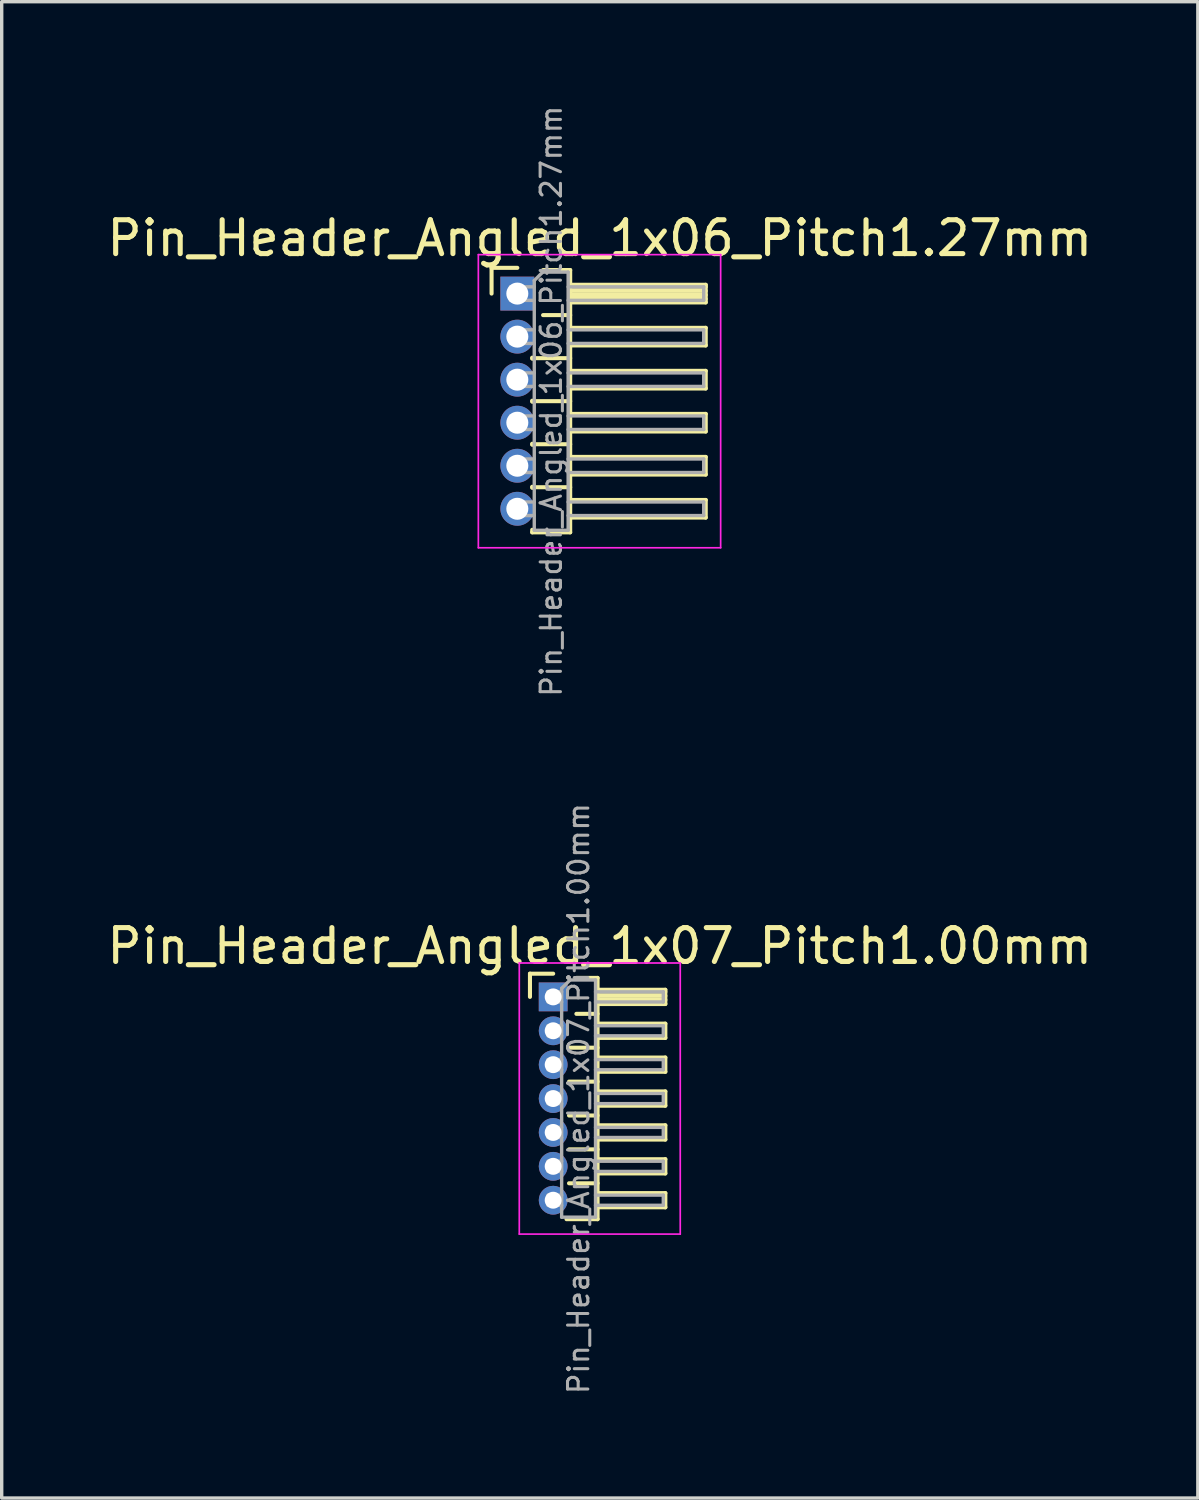
<source format=kicad_pcb>
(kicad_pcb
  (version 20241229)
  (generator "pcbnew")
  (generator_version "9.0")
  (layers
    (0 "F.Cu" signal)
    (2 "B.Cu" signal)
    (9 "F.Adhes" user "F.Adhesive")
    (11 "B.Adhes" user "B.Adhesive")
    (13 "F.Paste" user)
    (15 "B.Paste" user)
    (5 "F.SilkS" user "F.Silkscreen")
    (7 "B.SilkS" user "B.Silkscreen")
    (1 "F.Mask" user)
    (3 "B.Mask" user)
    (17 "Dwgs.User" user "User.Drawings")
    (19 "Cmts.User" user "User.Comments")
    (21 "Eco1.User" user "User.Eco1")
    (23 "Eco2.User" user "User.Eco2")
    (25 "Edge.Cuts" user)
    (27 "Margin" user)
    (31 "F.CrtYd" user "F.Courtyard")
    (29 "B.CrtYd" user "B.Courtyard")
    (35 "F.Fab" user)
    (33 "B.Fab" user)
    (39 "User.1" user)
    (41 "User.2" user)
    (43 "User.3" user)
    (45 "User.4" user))
  (footprint "Pin_Header_Angled_1x07_Pitch1.00mm"
    (layer "F.Cu")
    (at 13.274 26.368)
    (property "Reference" "Pin_Header_Angled_1x07_Pitch1.00mm" (at 1.375 -1.5 0) (layer "F.SilkS") (effects (font (size 1 1) (thickness 0.15))))
    (attr through_hole)
    (fp_line (start -0.685 -0.685) (end 0 -0.685) (stroke (width 0.12) (type solid)) (layer "F.SilkS"))
    (fp_line (start -0.685 0) (end -0.685 -0.685) (stroke (width 0.12) (type solid)) (layer "F.SilkS"))
    (fp_line (start 0.468 1.5) (end 1.31 1.5) (stroke (width 0.12) (type solid)) (layer "F.SilkS"))
    (fp_line (start 0.468 2.5) (end 1.31 2.5) (stroke (width 0.12) (type solid)) (layer "F.SilkS"))
    (fp_line (start 0.468 3.5) (end 1.31 3.5) (stroke (width 0.12) (type solid)) (layer "F.SilkS"))
    (fp_line (start 0.468 4.5) (end 1.31 4.5) (stroke (width 0.12) (type solid)) (layer "F.SilkS"))
    (fp_line (start 0.468 5.5) (end 1.31 5.5) (stroke (width 0.12) (type solid)) (layer "F.SilkS"))
    (fp_line (start 0.685 -0.56) (end 1.31 -0.56) (stroke (width 0.12) (type solid)) (layer "F.SilkS"))
    (fp_line (start 0.685 0.5) (end 1.31 0.5) (stroke (width 0.12) (type solid)) (layer "F.SilkS"))
    (fp_line (start 1.31 -0.56) (end 1.31 6.56) (stroke (width 0.12) (type solid)) (layer "F.SilkS"))
    (fp_line (start 1.31 -0.21) (end 3.31 -0.21) (stroke (width 0.12) (type solid)) (layer "F.SilkS"))
    (fp_line (start 1.31 -0.15) (end 3.31 -0.15) (stroke (width 0.12) (type solid)) (layer "F.SilkS"))
    (fp_line (start 1.31 -0.03) (end 3.31 -0.03) (stroke (width 0.12) (type solid)) (layer "F.SilkS"))
    (fp_line (start 1.31 0.09) (end 3.31 0.09) (stroke (width 0.12) (type solid)) (layer "F.SilkS"))
    (fp_line (start 1.31 0.79) (end 3.31 0.79) (stroke (width 0.12) (type solid)) (layer "F.SilkS"))
    (fp_line (start 1.31 1.79) (end 3.31 1.79) (stroke (width 0.12) (type solid)) (layer "F.SilkS"))
    (fp_line (start 1.31 2.79) (end 3.31 2.79) (stroke (width 0.12) (type solid)) (layer "F.SilkS"))
    (fp_line (start 1.31 3.79) (end 3.31 3.79) (stroke (width 0.12) (type solid)) (layer "F.SilkS"))
    (fp_line (start 1.31 4.79) (end 3.31 4.79) (stroke (width 0.12) (type solid)) (layer "F.SilkS"))
    (fp_line (start 1.31 5.79) (end 3.31 5.79) (stroke (width 0.12) (type solid)) (layer "F.SilkS"))
    (fp_line (start 1.31 6.56) (end 0.394 6.56) (stroke (width 0.12) (type solid)) (layer "F.SilkS"))
    (fp_line (start 3.31 -0.21) (end 3.31 0.21) (stroke (width 0.12) (type solid)) (layer "F.SilkS"))
    (fp_line (start 3.31 0.21) (end 1.31 0.21) (stroke (width 0.12) (type solid)) (layer "F.SilkS"))
    (fp_line (start 3.31 0.79) (end 3.31 1.21) (stroke (width 0.12) (type solid)) (layer "F.SilkS"))
    (fp_line (start 3.31 1.21) (end 1.31 1.21) (stroke (width 0.12) (type solid)) (layer "F.SilkS"))
    (fp_line (start 3.31 1.79) (end 3.31 2.21) (stroke (width 0.12) (type solid)) (layer "F.SilkS"))
    (fp_line (start 3.31 2.21) (end 1.31 2.21) (stroke (width 0.12) (type solid)) (layer "F.SilkS"))
    (fp_line (start 3.31 2.79) (end 3.31 3.21) (stroke (width 0.12) (type solid)) (layer "F.SilkS"))
    (fp_line (start 3.31 3.21) (end 1.31 3.21) (stroke (width 0.12) (type solid)) (layer "F.SilkS"))
    (fp_line (start 3.31 3.79) (end 3.31 4.21) (stroke (width 0.12) (type solid)) (layer "F.SilkS"))
    (fp_line (start 3.31 4.21) (end 1.31 4.21) (stroke (width 0.12) (type solid)) (layer "F.SilkS"))
    (fp_line (start 3.31 4.79) (end 3.31 5.21) (stroke (width 0.12) (type solid)) (layer "F.SilkS"))
    (fp_line (start 3.31 5.21) (end 1.31 5.21) (stroke (width 0.12) (type solid)) (layer "F.SilkS"))
    (fp_line (start 3.31 5.79) (end 3.31 6.21) (stroke (width 0.12) (type solid)) (layer "F.SilkS"))
    (fp_line (start 3.31 6.21) (end 1.31 6.21) (stroke (width 0.12) (type solid)) (layer "F.SilkS"))
    (fp_line (start -1 -1) (end -1 7) (stroke (width 0.05) (type solid)) (layer "F.CrtYd"))
    (fp_line (start -1 7) (end 3.75 7) (stroke (width 0.05) (type solid)) (layer "F.CrtYd"))
    (fp_line (start 3.75 -1) (end -1 -1) (stroke (width 0.05) (type solid)) (layer "F.CrtYd"))
    (fp_line (start 3.75 7) (end 3.75 -1) (stroke (width 0.05) (type solid)) (layer "F.CrtYd"))
    (fp_line (start -0.15 -0.15) (end -0.15 0.15) (stroke (width 0.1) (type solid)) (layer "F.Fab"))
    (fp_line (start -0.15 -0.15) (end 0.25 -0.15) (stroke (width 0.1) (type solid)) (layer "F.Fab"))
    (fp_line (start -0.15 0.15) (end 0.25 0.15) (stroke (width 0.1) (type solid)) (layer "F.Fab"))
    (fp_line (start -0.15 0.85) (end -0.15 1.15) (stroke (width 0.1) (type solid)) (layer "F.Fab"))
    (fp_line (start -0.15 0.85) (end 0.25 0.85) (stroke (width 0.1) (type solid)) (layer "F.Fab"))
    (fp_line (start -0.15 1.15) (end 0.25 1.15) (stroke (width 0.1) (type solid)) (layer "F.Fab"))
    (fp_line (start -0.15 1.85) (end -0.15 2.15) (stroke (width 0.1) (type solid)) (layer "F.Fab"))
    (fp_line (start -0.15 1.85) (end 0.25 1.85) (stroke (width 0.1) (type solid)) (layer "F.Fab"))
    (fp_line (start -0.15 2.15) (end 0.25 2.15) (stroke (width 0.1) (type solid)) (layer "F.Fab"))
    (fp_line (start -0.15 2.85) (end -0.15 3.15) (stroke (width 0.1) (type solid)) (layer "F.Fab"))
    (fp_line (start -0.15 2.85) (end 0.25 2.85) (stroke (width 0.1) (type solid)) (layer "F.Fab"))
    (fp_line (start -0.15 3.15) (end 0.25 3.15) (stroke (width 0.1) (type solid)) (layer "F.Fab"))
    (fp_line (start -0.15 3.85) (end -0.15 4.15) (stroke (width 0.1) (type solid)) (layer "F.Fab"))
    (fp_line (start -0.15 3.85) (end 0.25 3.85) (stroke (width 0.1) (type solid)) (layer "F.Fab"))
    (fp_line (start -0.15 4.15) (end 0.25 4.15) (stroke (width 0.1) (type solid)) (layer "F.Fab"))
    (fp_line (start -0.15 4.85) (end -0.15 5.15) (stroke (width 0.1) (type solid)) (layer "F.Fab"))
    (fp_line (start -0.15 4.85) (end 0.25 4.85) (stroke (width 0.1) (type solid)) (layer "F.Fab"))
    (fp_line (start -0.15 5.15) (end 0.25 5.15) (stroke (width 0.1) (type solid)) (layer "F.Fab"))
    (fp_line (start -0.15 5.85) (end -0.15 6.15) (stroke (width 0.1) (type solid)) (layer "F.Fab"))
    (fp_line (start -0.15 5.85) (end 0.25 5.85) (stroke (width 0.1) (type solid)) (layer "F.Fab"))
    (fp_line (start -0.15 6.15) (end 0.25 6.15) (stroke (width 0.1) (type solid)) (layer "F.Fab"))
    (fp_line (start 0.25 -0.25) (end 0.5 -0.5) (stroke (width 0.1) (type solid)) (layer "F.Fab"))
    (fp_line (start 0.25 6.5) (end 0.25 -0.25) (stroke (width 0.1) (type solid)) (layer "F.Fab"))
    (fp_line (start 0.5 -0.5) (end 1.25 -0.5) (stroke (width 0.1) (type solid)) (layer "F.Fab"))
    (fp_line (start 1.25 -0.5) (end 1.25 6.5) (stroke (width 0.1) (type solid)) (layer "F.Fab"))
    (fp_line (start 1.25 -0.15) (end 3.25 -0.15) (stroke (width 0.1) (type solid)) (layer "F.Fab"))
    (fp_line (start 1.25 0.15) (end 3.25 0.15) (stroke (width 0.1) (type solid)) (layer "F.Fab"))
    (fp_line (start 1.25 0.85) (end 3.25 0.85) (stroke (width 0.1) (type solid)) (layer "F.Fab"))
    (fp_line (start 1.25 1.15) (end 3.25 1.15) (stroke (width 0.1) (type solid)) (layer "F.Fab"))
    (fp_line (start 1.25 1.85) (end 3.25 1.85) (stroke (width 0.1) (type solid)) (layer "F.Fab"))
    (fp_line (start 1.25 2.15) (end 3.25 2.15) (stroke (width 0.1) (type solid)) (layer "F.Fab"))
    (fp_line (start 1.25 2.85) (end 3.25 2.85) (stroke (width 0.1) (type solid)) (layer "F.Fab"))
    (fp_line (start 1.25 3.15) (end 3.25 3.15) (stroke (width 0.1) (type solid)) (layer "F.Fab"))
    (fp_line (start 1.25 3.85) (end 3.25 3.85) (stroke (width 0.1) (type solid)) (layer "F.Fab"))
    (fp_line (start 1.25 4.15) (end 3.25 4.15) (stroke (width 0.1) (type solid)) (layer "F.Fab"))
    (fp_line (start 1.25 4.85) (end 3.25 4.85) (stroke (width 0.1) (type solid)) (layer "F.Fab"))
    (fp_line (start 1.25 5.15) (end 3.25 5.15) (stroke (width 0.1) (type solid)) (layer "F.Fab"))
    (fp_line (start 1.25 5.85) (end 3.25 5.85) (stroke (width 0.1) (type solid)) (layer "F.Fab"))
    (fp_line (start 1.25 6.15) (end 3.25 6.15) (stroke (width 0.1) (type solid)) (layer "F.Fab"))
    (fp_line (start 1.25 6.5) (end 0.25 6.5) (stroke (width 0.1) (type solid)) (layer "F.Fab"))
    (fp_line (start 3.25 -0.15) (end 3.25 0.15) (stroke (width 0.1) (type solid)) (layer "F.Fab"))
    (fp_line (start 3.25 0.85) (end 3.25 1.15) (stroke (width 0.1) (type solid)) (layer "F.Fab"))
    (fp_line (start 3.25 1.85) (end 3.25 2.15) (stroke (width 0.1) (type solid)) (layer "F.Fab"))
    (fp_line (start 3.25 2.85) (end 3.25 3.15) (stroke (width 0.1) (type solid)) (layer "F.Fab"))
    (fp_line (start 3.25 3.85) (end 3.25 4.15) (stroke (width 0.1) (type solid)) (layer "F.Fab"))
    (fp_line (start 3.25 4.85) (end 3.25 5.15) (stroke (width 0.1) (type solid)) (layer "F.Fab"))
    (fp_line (start 3.25 5.85) (end 3.25 6.15) (stroke (width 0.1) (type solid)) (layer "F.Fab"))
    (fp_text user "${REFERENCE}" (at 0.75 3 90) (layer "F.Fab") (effects (font (size 0.6 0.6) (thickness 0.09))))
    (pad "1" thru_hole rect (at 0 0) (size 0.85 0.85) (drill 0.5) (layers "*.Cu" "*.Mask"))
    (pad "2" thru_hole oval (at 0 1) (size 0.85 0.85) (drill 0.5) (layers "*.Cu" "*.Mask"))
    (pad "3" thru_hole oval (at 0 2) (size 0.85 0.85) (drill 0.5) (layers "*.Cu" "*.Mask"))
    (pad "4" thru_hole oval (at 0 3) (size 0.85 0.85) (drill 0.5) (layers "*.Cu" "*.Mask"))
    (pad "5" thru_hole oval (at 0 4) (size 0.85 0.85) (drill 0.5) (layers "*.Cu" "*.Mask"))
    (pad "6" thru_hole oval (at 0 5) (size 0.85 0.85) (drill 0.5) (layers "*.Cu" "*.Mask"))
    (pad "7" thru_hole oval (at 0 6) (size 0.85 0.85) (drill 0.5) (layers "*.Cu" "*.Mask")))
  (footprint "Pin_Header_Angled_1x06_Pitch1.27mm"
    (layer "F.Cu")
    (at 12.216 5.614)
    (property "Reference" "Pin_Header_Angled_1x06_Pitch1.27mm" (at 2.433 -1.635 0) (layer "F.SilkS") (effects (font (size 1 1) (thickness 0.15))))
    (attr through_hole)
    (fp_line (start -0.76 -0.76) (end 0 -0.76) (stroke (width 0.12) (type solid)) (layer "F.SilkS"))
    (fp_line (start -0.76 0) (end -0.76 -0.76) (stroke (width 0.12) (type solid)) (layer "F.SilkS"))
    (fp_line (start 0.44 1.89) (end 0.44 1.92) (stroke (width 0.12) (type solid)) (layer "F.SilkS"))
    (fp_line (start 0.44 1.905) (end 1.56 1.905) (stroke (width 0.12) (type solid)) (layer "F.SilkS"))
    (fp_line (start 0.44 3.16) (end 0.44 3.19) (stroke (width 0.12) (type solid)) (layer "F.SilkS"))
    (fp_line (start 0.44 3.175) (end 1.56 3.175) (stroke (width 0.12) (type solid)) (layer "F.SilkS"))
    (fp_line (start 0.44 4.43) (end 0.44 4.46) (stroke (width 0.12) (type solid)) (layer "F.SilkS"))
    (fp_line (start 0.44 4.445) (end 1.56 4.445) (stroke (width 0.12) (type solid)) (layer "F.SilkS"))
    (fp_line (start 0.44 5.7) (end 0.44 5.73) (stroke (width 0.12) (type solid)) (layer "F.SilkS"))
    (fp_line (start 0.44 5.715) (end 1.56 5.715) (stroke (width 0.12) (type solid)) (layer "F.SilkS"))
    (fp_line (start 0.44 7.045) (end 0.44 6.97) (stroke (width 0.12) (type solid)) (layer "F.SilkS"))
    (fp_line (start 0.76 -0.695) (end 1.56 -0.695) (stroke (width 0.12) (type solid)) (layer "F.SilkS"))
    (fp_line (start 0.76 0.635) (end 1.56 0.635) (stroke (width 0.12) (type solid)) (layer "F.SilkS"))
    (fp_line (start 1.56 -0.695) (end 1.56 7.045) (stroke (width 0.12) (type solid)) (layer "F.SilkS"))
    (fp_line (start 1.56 -0.26) (end 5.56 -0.26) (stroke (width 0.12) (type solid)) (layer "F.SilkS"))
    (fp_line (start 1.56 -0.2) (end 5.56 -0.2) (stroke (width 0.12) (type solid)) (layer "F.SilkS"))
    (fp_line (start 1.56 -0.08) (end 5.56 -0.08) (stroke (width 0.12) (type solid)) (layer "F.SilkS"))
    (fp_line (start 1.56 0.04) (end 5.56 0.04) (stroke (width 0.12) (type solid)) (layer "F.SilkS"))
    (fp_line (start 1.56 0.16) (end 5.56 0.16) (stroke (width 0.12) (type solid)) (layer "F.SilkS"))
    (fp_line (start 1.56 1.01) (end 5.56 1.01) (stroke (width 0.12) (type solid)) (layer "F.SilkS"))
    (fp_line (start 1.56 2.28) (end 5.56 2.28) (stroke (width 0.12) (type solid)) (layer "F.SilkS"))
    (fp_line (start 1.56 3.55) (end 5.56 3.55) (stroke (width 0.12) (type solid)) (layer "F.SilkS"))
    (fp_line (start 1.56 4.82) (end 5.56 4.82) (stroke (width 0.12) (type solid)) (layer "F.SilkS"))
    (fp_line (start 1.56 6.09) (end 5.56 6.09) (stroke (width 0.12) (type solid)) (layer "F.SilkS"))
    (fp_line (start 1.56 7.045) (end 0.44 7.045) (stroke (width 0.12) (type solid)) (layer "F.SilkS"))
    (fp_line (start 5.56 -0.26) (end 5.56 0.26) (stroke (width 0.12) (type solid)) (layer "F.SilkS"))
    (fp_line (start 5.56 0.26) (end 1.56 0.26) (stroke (width 0.12) (type solid)) (layer "F.SilkS"))
    (fp_line (start 5.56 1.01) (end 5.56 1.53) (stroke (width 0.12) (type solid)) (layer "F.SilkS"))
    (fp_line (start 5.56 1.53) (end 1.56 1.53) (stroke (width 0.12) (type solid)) (layer "F.SilkS"))
    (fp_line (start 5.56 2.28) (end 5.56 2.8) (stroke (width 0.12) (type solid)) (layer "F.SilkS"))
    (fp_line (start 5.56 2.8) (end 1.56 2.8) (stroke (width 0.12) (type solid)) (layer "F.SilkS"))
    (fp_line (start 5.56 3.55) (end 5.56 4.07) (stroke (width 0.12) (type solid)) (layer "F.SilkS"))
    (fp_line (start 5.56 4.07) (end 1.56 4.07) (stroke (width 0.12) (type solid)) (layer "F.SilkS"))
    (fp_line (start 5.56 4.82) (end 5.56 5.34) (stroke (width 0.12) (type solid)) (layer "F.SilkS"))
    (fp_line (start 5.56 5.34) (end 1.56 5.34) (stroke (width 0.12) (type solid)) (layer "F.SilkS"))
    (fp_line (start 5.56 6.09) (end 5.56 6.61) (stroke (width 0.12) (type solid)) (layer "F.SilkS"))
    (fp_line (start 5.56 6.61) (end 1.56 6.61) (stroke (width 0.12) (type solid)) (layer "F.SilkS"))
    (fp_line (start -1.15 -1.15) (end -1.15 7.5) (stroke (width 0.05) (type solid)) (layer "F.CrtYd"))
    (fp_line (start -1.15 7.5) (end 6 7.5) (stroke (width 0.05) (type solid)) (layer "F.CrtYd"))
    (fp_line (start 6 -1.15) (end -1.15 -1.15) (stroke (width 0.05) (type solid)) (layer "F.CrtYd"))
    (fp_line (start 6 7.5) (end 6 -1.15) (stroke (width 0.05) (type solid)) (layer "F.CrtYd"))
    (fp_line (start -0.2 -0.2) (end -0.2 0.2) (stroke (width 0.1) (type solid)) (layer "F.Fab"))
    (fp_line (start -0.2 -0.2) (end 0.5 -0.2) (stroke (width 0.1) (type solid)) (layer "F.Fab"))
    (fp_line (start -0.2 0.2) (end 0.5 0.2) (stroke (width 0.1) (type solid)) (layer "F.Fab"))
    (fp_line (start -0.2 1.07) (end -0.2 1.47) (stroke (width 0.1) (type solid)) (layer "F.Fab"))
    (fp_line (start -0.2 1.07) (end 0.5 1.07) (stroke (width 0.1) (type solid)) (layer "F.Fab"))
    (fp_line (start -0.2 1.47) (end 0.5 1.47) (stroke (width 0.1) (type solid)) (layer "F.Fab"))
    (fp_line (start -0.2 2.34) (end -0.2 2.74) (stroke (width 0.1) (type solid)) (layer "F.Fab"))
    (fp_line (start -0.2 2.34) (end 0.5 2.34) (stroke (width 0.1) (type solid)) (layer "F.Fab"))
    (fp_line (start -0.2 2.74) (end 0.5 2.74) (stroke (width 0.1) (type solid)) (layer "F.Fab"))
    (fp_line (start -0.2 3.61) (end -0.2 4.01) (stroke (width 0.1) (type solid)) (layer "F.Fab"))
    (fp_line (start -0.2 3.61) (end 0.5 3.61) (stroke (width 0.1) (type solid)) (layer "F.Fab"))
    (fp_line (start -0.2 4.01) (end 0.5 4.01) (stroke (width 0.1) (type solid)) (layer "F.Fab"))
    (fp_line (start -0.2 4.88) (end -0.2 5.28) (stroke (width 0.1) (type solid)) (layer "F.Fab"))
    (fp_line (start -0.2 4.88) (end 0.5 4.88) (stroke (width 0.1) (type solid)) (layer "F.Fab"))
    (fp_line (start -0.2 5.28) (end 0.5 5.28) (stroke (width 0.1) (type solid)) (layer "F.Fab"))
    (fp_line (start -0.2 6.15) (end -0.2 6.55) (stroke (width 0.1) (type solid)) (layer "F.Fab"))
    (fp_line (start -0.2 6.15) (end 0.5 6.15) (stroke (width 0.1) (type solid)) (layer "F.Fab"))
    (fp_line (start -0.2 6.55) (end 0.5 6.55) (stroke (width 0.1) (type solid)) (layer "F.Fab"))
    (fp_line (start 0.5 -0.385) (end 0.75 -0.635) (stroke (width 0.1) (type solid)) (layer "F.Fab"))
    (fp_line (start 0.5 6.985) (end 0.5 -0.385) (stroke (width 0.1) (type solid)) (layer "F.Fab"))
    (fp_line (start 0.75 -0.635) (end 1.5 -0.635) (stroke (width 0.1) (type solid)) (layer "F.Fab"))
    (fp_line (start 1.5 -0.635) (end 1.5 6.985) (stroke (width 0.1) (type solid)) (layer "F.Fab"))
    (fp_line (start 1.5 -0.2) (end 5.5 -0.2) (stroke (width 0.1) (type solid)) (layer "F.Fab"))
    (fp_line (start 1.5 0.2) (end 5.5 0.2) (stroke (width 0.1) (type solid)) (layer "F.Fab"))
    (fp_line (start 1.5 1.07) (end 5.5 1.07) (stroke (width 0.1) (type solid)) (layer "F.Fab"))
    (fp_line (start 1.5 1.47) (end 5.5 1.47) (stroke (width 0.1) (type solid)) (layer "F.Fab"))
    (fp_line (start 1.5 2.34) (end 5.5 2.34) (stroke (width 0.1) (type solid)) (layer "F.Fab"))
    (fp_line (start 1.5 2.74) (end 5.5 2.74) (stroke (width 0.1) (type solid)) (layer "F.Fab"))
    (fp_line (start 1.5 3.61) (end 5.5 3.61) (stroke (width 0.1) (type solid)) (layer "F.Fab"))
    (fp_line (start 1.5 4.01) (end 5.5 4.01) (stroke (width 0.1) (type solid)) (layer "F.Fab"))
    (fp_line (start 1.5 4.88) (end 5.5 4.88) (stroke (width 0.1) (type solid)) (layer "F.Fab"))
    (fp_line (start 1.5 5.28) (end 5.5 5.28) (stroke (width 0.1) (type solid)) (layer "F.Fab"))
    (fp_line (start 1.5 6.15) (end 5.5 6.15) (stroke (width 0.1) (type solid)) (layer "F.Fab"))
    (fp_line (start 1.5 6.55) (end 5.5 6.55) (stroke (width 0.1) (type solid)) (layer "F.Fab"))
    (fp_line (start 1.5 6.985) (end 0.5 6.985) (stroke (width 0.1) (type solid)) (layer "F.Fab"))
    (fp_line (start 5.5 -0.2) (end 5.5 0.2) (stroke (width 0.1) (type solid)) (layer "F.Fab"))
    (fp_line (start 5.5 1.07) (end 5.5 1.47) (stroke (width 0.1) (type solid)) (layer "F.Fab"))
    (fp_line (start 5.5 2.34) (end 5.5 2.74) (stroke (width 0.1) (type solid)) (layer "F.Fab"))
    (fp_line (start 5.5 3.61) (end 5.5 4.01) (stroke (width 0.1) (type solid)) (layer "F.Fab"))
    (fp_line (start 5.5 4.88) (end 5.5 5.28) (stroke (width 0.1) (type solid)) (layer "F.Fab"))
    (fp_line (start 5.5 6.15) (end 5.5 6.55) (stroke (width 0.1) (type solid)) (layer "F.Fab"))
    (fp_text user "${REFERENCE}" (at 1 3.175 90) (layer "F.Fab") (effects (font (size 0.6 0.6) (thickness 0.09))))
    (pad "1" thru_hole rect (at 0 0) (size 1 1) (drill 0.65) (layers "*.Cu" "*.Mask"))
    (pad "2" thru_hole oval (at 0 1.27) (size 1 1) (drill 0.65) (layers "*.Cu" "*.Mask"))
    (pad "3" thru_hole oval (at 0 2.54) (size 1 1) (drill 0.65) (layers "*.Cu" "*.Mask"))
    (pad "4" thru_hole oval (at 0 3.81) (size 1 1) (drill 0.65) (layers "*.Cu" "*.Mask"))
    (pad "5" thru_hole oval (at 0 5.08) (size 1 1) (drill 0.65) (layers "*.Cu" "*.Mask"))
    (pad "6" thru_hole oval (at 0 6.35) (size 1 1) (drill 0.65) (layers "*.Cu" "*.Mask")))
  (gr_rect
    (start -3 -3)
    (end 32.298 41.157)
    (stroke (width 0.1) (type default))
    (fill no)
    (layer "Edge.Cuts")))
</source>
